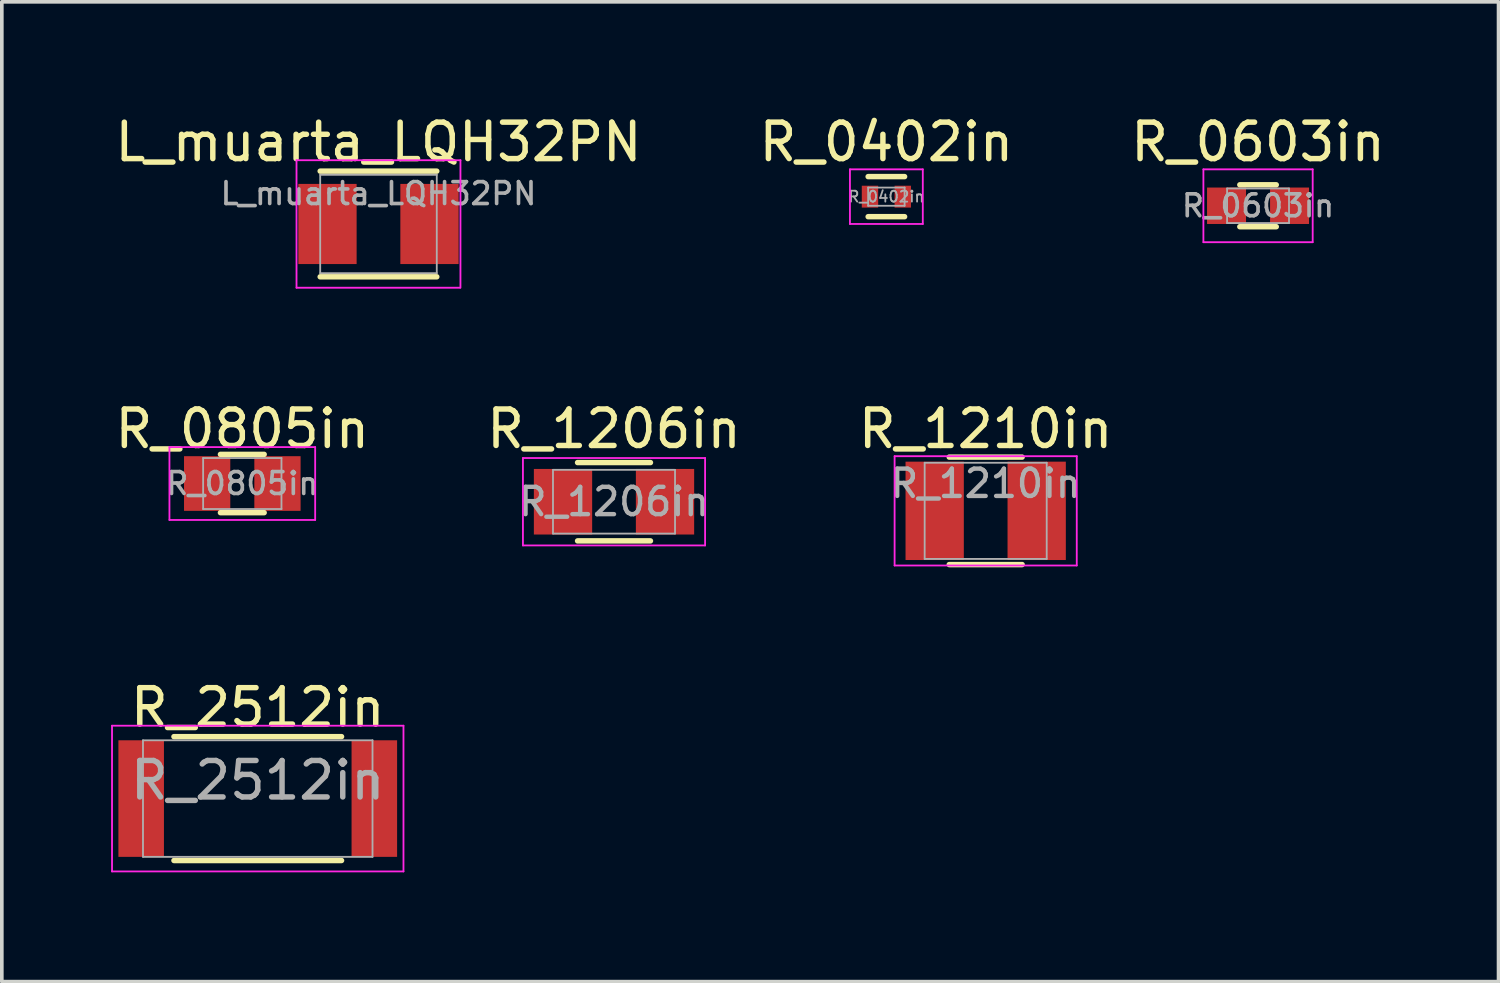
<source format=kicad_pcb>
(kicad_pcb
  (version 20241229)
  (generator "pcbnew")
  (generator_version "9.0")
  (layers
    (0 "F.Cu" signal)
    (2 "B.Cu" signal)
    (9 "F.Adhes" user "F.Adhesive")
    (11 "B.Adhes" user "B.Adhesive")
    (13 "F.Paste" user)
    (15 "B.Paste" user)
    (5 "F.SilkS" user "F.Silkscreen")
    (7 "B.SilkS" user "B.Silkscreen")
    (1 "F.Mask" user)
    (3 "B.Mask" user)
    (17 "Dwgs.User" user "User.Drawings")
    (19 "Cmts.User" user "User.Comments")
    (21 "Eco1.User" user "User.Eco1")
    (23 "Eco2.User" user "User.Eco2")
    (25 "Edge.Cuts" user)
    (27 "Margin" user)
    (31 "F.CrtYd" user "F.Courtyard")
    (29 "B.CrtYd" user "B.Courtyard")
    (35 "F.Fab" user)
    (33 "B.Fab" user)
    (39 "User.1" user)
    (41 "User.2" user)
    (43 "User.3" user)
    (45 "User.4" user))
  (footprint "R_0603in"
    (layer "F.Cu")
    (at 31.482 2.598)
    (property "Reference" "R_0603in" (at 0 0 0) (layer "F.Fab") (effects (font (size 0.6 0.6) (thickness 0.1))))
    (attr smd)
    (fp_line (start -0.5 -0.575) (end 0.5 -0.575) (stroke (width 0.15) (type solid)) (layer "F.SilkS"))
    (fp_line (start 0.5 0.575) (end -0.5 0.575) (stroke (width 0.15) (type solid)) (layer "F.SilkS"))
    (fp_line (start -1.5 -1) (end -1.5 1) (stroke (width 0.05) (type solid)) (layer "F.CrtYd"))
    (fp_line (start -1.5 -1) (end 1.5 -1) (stroke (width 0.05) (type solid)) (layer "F.CrtYd"))
    (fp_line (start -1.5 1) (end 1.5 1) (stroke (width 0.05) (type solid)) (layer "F.CrtYd"))
    (fp_line (start 1.5 -1) (end 1.5 1) (stroke (width 0.05) (type solid)) (layer "F.CrtYd"))
    (fp_line (start -0.85 -0.475) (end 0.85 -0.475) (stroke (width 0.05) (type solid)) (layer "F.Fab"))
    (fp_line (start -0.85 0.475) (end -0.85 -0.475) (stroke (width 0.05) (type solid)) (layer "F.Fab"))
    (fp_line (start 0.85 -0.475) (end 0.85 0.475) (stroke (width 0.05) (type solid)) (layer "F.Fab"))
    (fp_line (start 0.85 0.475) (end -0.85 0.475) (stroke (width 0.05) (type solid)) (layer "F.Fab"))
    (fp_text user "${REFERENCE}" (at 0 -1.75 0) (layer "F.SilkS") (effects (font (size 1 1) (thickness 0.15))))
    (pad "1" smd rect (at -0.865 0) (size 1.07 1) (layers "F.Cu" "F.Mask" "F.Paste"))
    (pad "2" smd rect (at 0.865 0) (size 1.07 1) (layers "F.Cu" "F.Mask" "F.Paste")))
  (footprint "R_0402in"
    (layer "F.Cu")
    (at 21.28 2.348)
    (property "Reference" "R_0402in" (at 0 0 0) (layer "F.Fab") (effects (font (size 0.3 0.3) (thickness 0.05))))
    (attr smd)
    (fp_line (start -0.5 -0.55) (end 0.5 -0.55) (stroke (width 0.15) (type solid)) (layer "F.SilkS"))
    (fp_line (start -0.5 0.55) (end 0.5 0.55) (stroke (width 0.15) (type solid)) (layer "F.SilkS"))
    (fp_line (start -1 -0.75) (end 1 -0.75) (stroke (width 0.05) (type solid)) (layer "F.CrtYd"))
    (fp_line (start -1 0.75) (end -1 -0.75) (stroke (width 0.05) (type solid)) (layer "F.CrtYd"))
    (fp_line (start 1 -0.75) (end 1 0.75) (stroke (width 0.05) (type solid)) (layer "F.CrtYd"))
    (fp_line (start 1 0.75) (end -1 0.75) (stroke (width 0.05) (type solid)) (layer "F.CrtYd"))
    (fp_line (start -0.5 -0.25) (end 0.5 -0.25) (stroke (width 0.05) (type solid)) (layer "F.Fab"))
    (fp_line (start -0.5 0.25) (end -0.5 -0.25) (stroke (width 0.05) (type solid)) (layer "F.Fab"))
    (fp_line (start 0.5 -0.25) (end 0.5 0.25) (stroke (width 0.05) (type solid)) (layer "F.Fab"))
    (fp_line (start 0.5 0.25) (end -0.5 0.25) (stroke (width 0.05) (type solid)) (layer "F.Fab"))
    (fp_text user "${REFERENCE}" (at 0 -1.5 0) (layer "F.SilkS") (effects (font (size 1 1) (thickness 0.15))))
    (pad "1" smd rect (at -0.45 0) (size 0.45 0.6) (layers "F.Cu" "F.Mask" "F.Paste"))
    (pad "2" smd rect (at 0.45 0) (size 0.45 0.6) (layers "F.Cu" "F.Mask" "F.Paste")))
  (footprint "R_1210in"
    (layer "F.Cu")
    (at 24.006 10.972)
    (property "Reference" "R_1210in" (at 0 -0.75 0) (layer "F.Fab") (effects (font (size 0.75 0.75) (thickness 0.12))))
    (attr smd)
    (fp_line (start -1 -1.475) (end 1 -1.475) (stroke (width 0.15) (type solid)) (layer "F.SilkS"))
    (fp_line (start 1 1.475) (end -1 1.475) (stroke (width 0.15) (type solid)) (layer "F.SilkS"))
    (fp_line (start -2.5 -1.5) (end -2.5 1.5) (stroke (width 0.05) (type solid)) (layer "F.CrtYd"))
    (fp_line (start -2.5 -1.5) (end 2.5 -1.5) (stroke (width 0.05) (type solid)) (layer "F.CrtYd"))
    (fp_line (start -2.5 1.5) (end 2.5 1.5) (stroke (width 0.05) (type solid)) (layer "F.CrtYd"))
    (fp_line (start 2.5 -1.5) (end 2.5 1.5) (stroke (width 0.05) (type solid)) (layer "F.CrtYd"))
    (fp_line (start -1.675 -1.32) (end 1.675 -1.32) (stroke (width 0.05) (type solid)) (layer "F.Fab"))
    (fp_line (start -1.675 1.32) (end -1.675 -1.32) (stroke (width 0.05) (type solid)) (layer "F.Fab"))
    (fp_line (start 1.675 -1.32) (end 1.675 1.32) (stroke (width 0.05) (type solid)) (layer "F.Fab"))
    (fp_line (start 1.675 1.32) (end -1.675 1.32) (stroke (width 0.05) (type solid)) (layer "F.Fab"))
    (fp_text user "${REFERENCE}" (at 0 -2.25 0) (layer "F.SilkS") (effects (font (size 1 1) (thickness 0.15))))
    (pad "1" smd rect (at -1.4 0) (size 1.6 2.7) (layers "F.Cu" "F.Mask" "F.Paste"))
    (pad "2" smd rect (at 1.4 0) (size 1.6 2.7) (layers "F.Cu" "F.Mask" "F.Paste")))
  (footprint "R_1206in"
    (layer "F.Cu")
    (at 13.804 10.722)
    (property "Reference" "R_1206in" (at 0 0 0) (layer "F.Fab") (effects (font (size 0.75 0.75) (thickness 0.12))))
    (attr smd)
    (fp_line (start -1 -1.075) (end 1 -1.075) (stroke (width 0.15) (type solid)) (layer "F.SilkS"))
    (fp_line (start 1 1.075) (end -1 1.075) (stroke (width 0.15) (type solid)) (layer "F.SilkS"))
    (fp_line (start -2.5 -1.2) (end -2.5 1.2) (stroke (width 0.05) (type solid)) (layer "F.CrtYd"))
    (fp_line (start -2.5 -1.2) (end 2.5 -1.2) (stroke (width 0.05) (type solid)) (layer "F.CrtYd"))
    (fp_line (start -2.5 1.2) (end 2.5 1.2) (stroke (width 0.05) (type solid)) (layer "F.CrtYd"))
    (fp_line (start 2.5 -1.2) (end 2.5 1.2) (stroke (width 0.05) (type solid)) (layer "F.CrtYd"))
    (fp_line (start -1.675 -0.875) (end 1.675 -0.875) (stroke (width 0.05) (type solid)) (layer "F.Fab"))
    (fp_line (start -1.675 0.875) (end -1.675 -0.875) (stroke (width 0.05) (type solid)) (layer "F.Fab"))
    (fp_line (start 1.675 -0.875) (end 1.675 0.875) (stroke (width 0.05) (type solid)) (layer "F.Fab"))
    (fp_line (start 1.675 0.875) (end -1.675 0.875) (stroke (width 0.05) (type solid)) (layer "F.Fab"))
    (fp_text user "${REFERENCE}" (at 0 -2 0) (layer "F.SilkS") (effects (font (size 1 1) (thickness 0.15))))
    (pad "1" smd rect (at -1.4 0) (size 1.6 1.8) (layers "F.Cu" "F.Mask" "F.Paste"))
    (pad "2" smd rect (at 1.4 0) (size 1.6 1.8) (layers "F.Cu" "F.Mask" "F.Paste")))
  (footprint "L_muarta_LQH32PN"
    (layer "F.Cu")
    (at 7.339 3.098)
    (property "Reference" "L_muarta_LQH32PN" (at 0 -0.835 0) (layer "F.Fab") (effects (font (size 0.6 0.6) (thickness 0.1))))
    (attr through_hole)
    (fp_line (start -1.6 -1.45) (end 1.6 -1.45) (stroke (width 0.15) (type solid)) (layer "F.SilkS"))
    (fp_line (start 1.6 1.45) (end -1.6 1.45) (stroke (width 0.15) (type solid)) (layer "F.SilkS"))
    (fp_line (start -2.25 -1.75) (end 2.25 -1.75) (stroke (width 0.05) (type solid)) (layer "F.CrtYd"))
    (fp_line (start -2.25 1.75) (end -2.25 -1.75) (stroke (width 0.05) (type solid)) (layer "F.CrtYd"))
    (fp_line (start 2.24 1.75) (end -2.25 1.75) (stroke (width 0.05) (type solid)) (layer "F.CrtYd"))
    (fp_line (start 2.25 -1.75) (end 2.25 1.75) (stroke (width 0.05) (type solid)) (layer "F.CrtYd"))
    (fp_line (start -1.6 -1.35) (end 1.6 -1.35) (stroke (width 0.05) (type solid)) (layer "F.Fab"))
    (fp_line (start -1.6 1.35) (end -1.6 -1.35) (stroke (width 0.05) (type solid)) (layer "F.Fab"))
    (fp_line (start 1.6 -1.35) (end 1.6 1.35) (stroke (width 0.05) (type solid)) (layer "F.Fab"))
    (fp_line (start 1.6 1.35) (end -1.6 1.35) (stroke (width 0.05) (type solid)) (layer "F.Fab"))
    (fp_text user "${REFERENCE}" (at 0 -2.25 0) (layer "F.SilkS") (effects (font (size 1 1) (thickness 0.15))))
    (pad "1" smd rect (at -1.4 0) (size 1.6 2.2) (layers "F.Cu" "F.Mask" "F.Paste"))
    (pad "2" smd rect (at 1.4 0) (size 1.6 2.2) (layers "F.Cu" "F.Mask" "F.Paste")))
  (footprint "R_0805in"
    (layer "F.Cu")
    (at 3.601 10.222)
    (property "Reference" "R_0805in" (at 0 0 0) (layer "F.Fab") (effects (font (size 0.6 0.6) (thickness 0.1))))
    (attr smd)
    (fp_line (start -0.6 -0.8) (end 0.6 -0.8) (stroke (width 0.15) (type solid)) (layer "F.SilkS"))
    (fp_line (start 0.6 0.8) (end -0.6 0.8) (stroke (width 0.15) (type solid)) (layer "F.SilkS"))
    (fp_line (start -2 -1) (end -2 1) (stroke (width 0.05) (type solid)) (layer "F.CrtYd"))
    (fp_line (start -2 -1) (end 2 -1) (stroke (width 0.05) (type solid)) (layer "F.CrtYd"))
    (fp_line (start -2 1) (end 2 1) (stroke (width 0.05) (type solid)) (layer "F.CrtYd"))
    (fp_line (start 2 -1) (end 2 1) (stroke (width 0.05) (type solid)) (layer "F.CrtYd"))
    (fp_line (start -1.075 -0.7) (end 1.075 -0.7) (stroke (width 0.05) (type solid)) (layer "F.Fab"))
    (fp_line (start -1.075 0.7) (end -1.075 -0.7) (stroke (width 0.05) (type solid)) (layer "F.Fab"))
    (fp_line (start 1.075 -0.7) (end 1.075 0.7) (stroke (width 0.05) (type solid)) (layer "F.Fab"))
    (fp_line (start 1.075 0.7) (end -1.075 0.7) (stroke (width 0.05) (type solid)) (layer "F.Fab"))
    (fp_text user "${REFERENCE}" (at 0 -1.5 0) (layer "F.SilkS") (effects (font (size 1 1) (thickness 0.15))))
    (pad "1" smd rect (at -0.965 0) (size 1.27 1.5) (layers "F.Cu" "F.Mask" "F.Paste"))
    (pad "2" smd rect (at 0.965 0) (size 1.27 1.5) (layers "F.Cu" "F.Mask" "F.Paste")))
  (footprint "R_2512in"
    (layer "F.Cu")
    (at 4.025 18.87)
    (property "Reference" "R_2512in" (at 0 -0.5 0) (layer "F.Fab") (effects (font (size 1 1) (thickness 0.15))))
    (attr smd)
    (fp_line (start -2.3 -1.7) (end 2.3 -1.7) (stroke (width 0.15) (type solid)) (layer "F.SilkS"))
    (fp_line (start 2.3 1.7) (end -2.3 1.7) (stroke (width 0.15) (type solid)) (layer "F.SilkS"))
    (fp_line (start -4 -2) (end -4 2) (stroke (width 0.05) (type solid)) (layer "F.CrtYd"))
    (fp_line (start -4 -2) (end 4 -2) (stroke (width 0.05) (type solid)) (layer "F.CrtYd"))
    (fp_line (start -4 2) (end 4 2) (stroke (width 0.05) (type solid)) (layer "F.CrtYd"))
    (fp_line (start 4 -2) (end 4 2) (stroke (width 0.05) (type solid)) (layer "F.CrtYd"))
    (fp_line (start -3.15 -1.6) (end 3.15 -1.6) (stroke (width 0.05) (type solid)) (layer "F.Fab"))
    (fp_line (start -3.15 1.6) (end -3.15 -1.6) (stroke (width 0.05) (type solid)) (layer "F.Fab"))
    (fp_line (start 3.15 -1.6) (end 3.15 1.6) (stroke (width 0.05) (type solid)) (layer "F.Fab"))
    (fp_line (start 3.15 1.6) (end -3.15 1.6) (stroke (width 0.05) (type solid)) (layer "F.Fab"))
    (fp_text user "${REFERENCE}" (at 0 -2.5 0) (layer "F.SilkS") (effects (font (size 1 1) (thickness 0.15))))
    (pad "1" smd rect (at -3.2 0) (size 1.25 3.2) (layers "F.Cu" "F.Mask" "F.Paste"))
    (pad "2" smd rect (at 3.2 0) (size 1.25 3.2) (layers "F.Cu" "F.Mask" "F.Paste")))
  (gr_rect
    (start -3 -3)
    (end 38.083 23.895)
    (stroke (width 0.1) (type default))
    (fill no)
    (layer "Edge.Cuts")))
</source>
